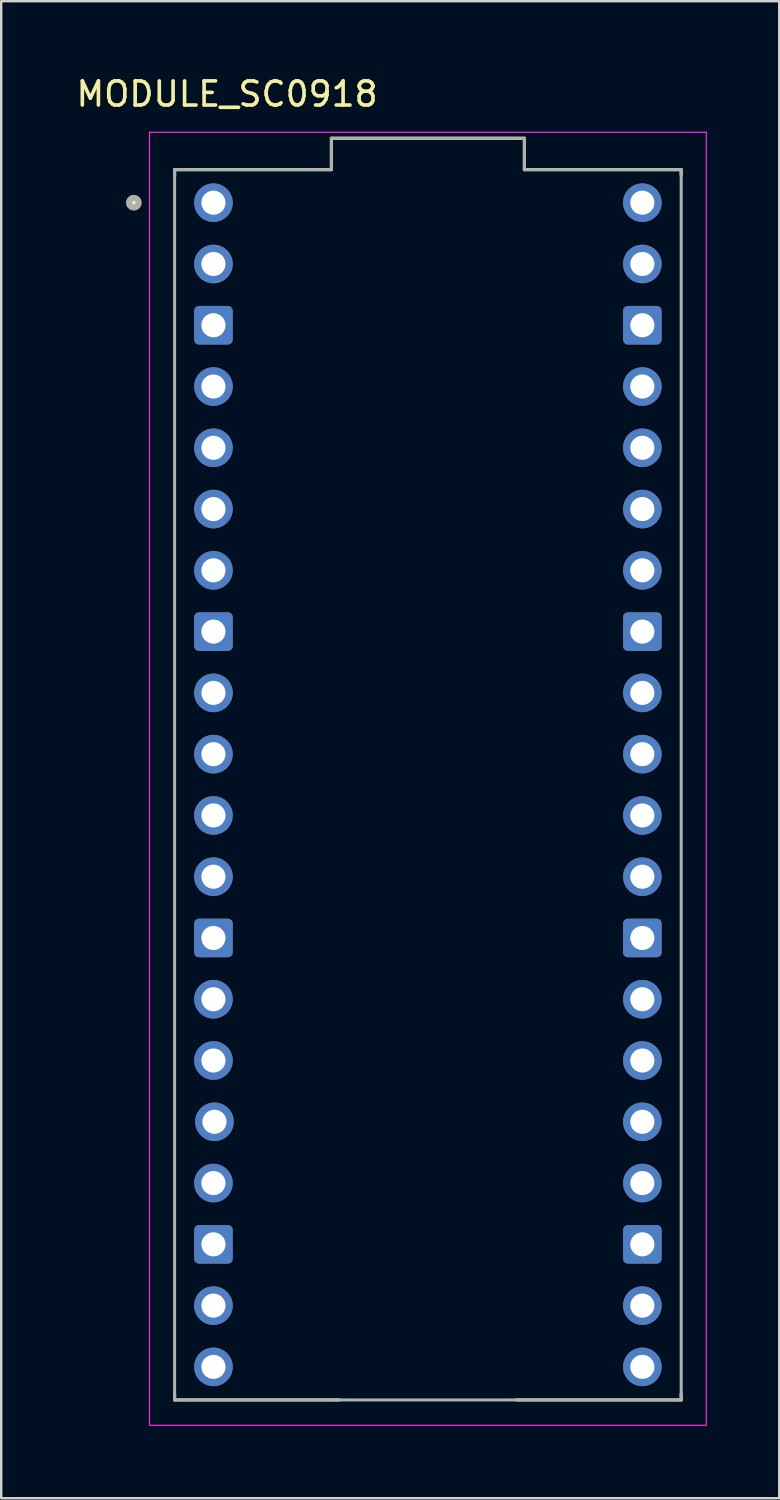
<source format=kicad_pcb>
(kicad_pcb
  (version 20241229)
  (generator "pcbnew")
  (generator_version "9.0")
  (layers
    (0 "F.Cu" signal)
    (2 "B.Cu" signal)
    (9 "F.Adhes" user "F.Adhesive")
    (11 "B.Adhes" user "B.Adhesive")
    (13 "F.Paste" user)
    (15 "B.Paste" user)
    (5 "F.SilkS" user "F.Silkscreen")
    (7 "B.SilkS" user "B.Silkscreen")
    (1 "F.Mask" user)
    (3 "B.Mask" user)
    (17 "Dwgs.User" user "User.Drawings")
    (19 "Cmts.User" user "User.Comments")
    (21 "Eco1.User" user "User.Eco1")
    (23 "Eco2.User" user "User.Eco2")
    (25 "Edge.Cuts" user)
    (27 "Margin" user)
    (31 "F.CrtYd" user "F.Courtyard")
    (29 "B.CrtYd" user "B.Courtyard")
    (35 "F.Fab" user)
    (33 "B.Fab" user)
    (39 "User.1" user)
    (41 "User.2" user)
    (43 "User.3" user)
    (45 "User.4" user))
  (footprint "MODULE_SC0918"
    (layer "F.Cu")
    (at 14.688 29.483)
    (property "Reference" "MODULE_SC0918" (at -8.325 -28.635 0) (layer "F.SilkS") (effects (font (size 1 1) (thickness 0.15))))
    (attr through_hole)
    (fp_line (start -10.5 -25.5) (end -4 -25.5) (stroke (width 0.127) (type solid)) (layer "F.SilkS"))
    (fp_line (start -10.5 -25.25) (end -10.5 -25.5) (stroke (width 0.127) (type solid)) (layer "F.SilkS"))
    (fp_line (start -10.5 25.5) (end -10.5 25.25) (stroke (width 0.127) (type solid)) (layer "F.SilkS"))
    (fp_line (start -4 -26.8) (end 4 -26.8) (stroke (width 0.127) (type solid)) (layer "F.SilkS"))
    (fp_line (start -4 -25.5) (end -4 -26.8) (stroke (width 0.127) (type solid)) (layer "F.SilkS"))
    (fp_line (start -3.66 25.5) (end -10.5 25.5) (stroke (width 0.127) (type solid)) (layer "F.SilkS"))
    (fp_line (start 4 -26.8) (end 4 -25.5) (stroke (width 0.127) (type solid)) (layer "F.SilkS"))
    (fp_line (start 4 -25.5) (end 10.5 -25.5) (stroke (width 0.127) (type solid)) (layer "F.SilkS"))
    (fp_line (start 10.5 -25.5) (end 10.5 -25.25) (stroke (width 0.127) (type solid)) (layer "F.SilkS"))
    (fp_line (start 10.5 25.5) (end 3.66 25.5) (stroke (width 0.127) (type solid)) (layer "F.SilkS"))
    (fp_line (start 10.5 25.5) (end 10.5 25.25) (stroke (width 0.127) (type solid)) (layer "F.SilkS"))
    (fp_circle (center -12.19 -24.13) (end -11.99 -24.13) (stroke (width 0.2) (type solid)) (fill yes) (layer "F.SilkS"))
    (fp_line (start -11.54 -27.05) (end -11.54 26.55) (stroke (width 0.05) (type solid)) (layer "F.CrtYd"))
    (fp_line (start -11.54 26.55) (end 11.54 26.55) (stroke (width 0.05) (type solid)) (layer "F.CrtYd"))
    (fp_line (start 11.54 -27.05) (end -11.54 -27.05) (stroke (width 0.05) (type solid)) (layer "F.CrtYd"))
    (fp_line (start 11.54 26.55) (end 11.54 -27.05) (stroke (width 0.05) (type solid)) (layer "F.CrtYd"))
    (fp_line (start -10.5 -25.5) (end -4 -25.5) (stroke (width 0.127) (type solid)) (layer "F.Fab"))
    (fp_line (start -10.5 25.5) (end -10.5 -25.5) (stroke (width 0.127) (type solid)) (layer "F.Fab"))
    (fp_line (start -4 -26.8) (end 4 -26.8) (stroke (width 0.127) (type solid)) (layer "F.Fab"))
    (fp_line (start -4 -25.5) (end -4 -26.8) (stroke (width 0.127) (type solid)) (layer "F.Fab"))
    (fp_line (start 4 -26.8) (end 4 -25.5) (stroke (width 0.127) (type solid)) (layer "F.Fab"))
    (fp_line (start 4 -25.5) (end 10.5 -25.5) (stroke (width 0.127) (type solid)) (layer "F.Fab"))
    (fp_line (start 10.5 -25.5) (end 10.5 25.5) (stroke (width 0.127) (type solid)) (layer "F.Fab"))
    (fp_line (start 10.5 25.5) (end -10.5 25.5) (stroke (width 0.127) (type solid)) (layer "F.Fab"))
    (fp_circle (center -12.19 -24.13) (end -11.99 -24.13) (stroke (width 0.25) (type solid)) (fill no) (layer "F.Fab"))
    (pad "1" thru_hole circle (at -8.89 -24.13) (size 1.6 1.6) (drill 1) (layers "*.Cu" "*.Mask"))
    (pad "2" thru_hole circle (at -8.89 -21.59) (size 1.6 1.6) (drill 1) (layers "*.Cu" "*.Mask"))
    (pad "3" thru_hole roundrect (at -8.89 -19.05) (size 1.6 1.6) (drill 1) (layers "*.Cu" "*.Mask") (roundrect_rratio 0.125))
    (pad "4" thru_hole circle (at -8.89 -16.51) (size 1.6 1.6) (drill 1) (layers "*.Cu" "*.Mask"))
    (pad "5" thru_hole circle (at -8.89 -13.97) (size 1.6 1.6) (drill 1) (layers "*.Cu" "*.Mask"))
    (pad "6" thru_hole circle (at -8.89 -11.43) (size 1.6 1.6) (drill 1) (layers "*.Cu" "*.Mask"))
    (pad "7" thru_hole circle (at -8.89 -8.89) (size 1.6 1.6) (drill 1) (layers "*.Cu" "*.Mask"))
    (pad "8" thru_hole roundrect (at -8.89 -6.35) (size 1.6 1.6) (drill 1) (layers "*.Cu" "*.Mask") (roundrect_rratio 0.125))
    (pad "9" thru_hole circle (at -8.89 -3.81) (size 1.6 1.6) (drill 1) (layers "*.Cu" "*.Mask"))
    (pad "10" thru_hole circle (at -8.89 -1.27) (size 1.6 1.6) (drill 1) (layers "*.Cu" "*.Mask"))
    (pad "11" thru_hole circle (at -8.89 1.27) (size 1.6 1.6) (drill 1) (layers "*.Cu" "*.Mask"))
    (pad "12" thru_hole circle (at -8.89 3.81) (size 1.6 1.6) (drill 1) (layers "*.Cu" "*.Mask"))
    (pad "13" thru_hole roundrect (at -8.89 6.35) (size 1.6 1.6) (drill 1) (layers "*.Cu" "*.Mask") (roundrect_rratio 0.125))
    (pad "14" thru_hole circle (at -8.89 8.89) (size 1.6 1.6) (drill 1) (layers "*.Cu" "*.Mask"))
    (pad "15" thru_hole circle (at -8.89 11.43) (size 1.6 1.6) (drill 1) (layers "*.Cu" "*.Mask"))
    (pad "16" thru_hole circle (at -8.848 13.97) (size 1.6 1.6) (drill 1) (layers "*.Cu" "*.Mask"))
    (pad "17" thru_hole circle (at -8.89 16.51) (size 1.6 1.6) (drill 1) (layers "*.Cu" "*.Mask"))
    (pad "18" thru_hole roundrect (at -8.89 19.05) (size 1.6 1.6) (drill 1) (layers "*.Cu" "*.Mask") (roundrect_rratio 0.125))
    (pad "19" thru_hole circle (at -8.89 21.59) (size 1.6 1.6) (drill 1) (layers "*.Cu" "*.Mask"))
    (pad "20" thru_hole circle (at -8.89 24.13) (size 1.6 1.6) (drill 1) (layers "*.Cu" "*.Mask"))
    (pad "21" thru_hole circle (at 8.89 24.13) (size 1.6 1.6) (drill 1) (layers "*.Cu" "*.Mask"))
    (pad "22" thru_hole circle (at 8.89 21.59) (size 1.6 1.6) (drill 1) (layers "*.Cu" "*.Mask"))
    (pad "23" thru_hole roundrect (at 8.89 19.05) (size 1.6 1.6) (drill 1) (layers "*.Cu" "*.Mask") (roundrect_rratio 0.125))
    (pad "24" thru_hole circle (at 8.89 16.51) (size 1.6 1.6) (drill 1) (layers "*.Cu" "*.Mask"))
    (pad "25" thru_hole circle (at 8.89 13.97) (size 1.6 1.6) (drill 1) (layers "*.Cu" "*.Mask"))
    (pad "26" thru_hole circle (at 8.89 11.43) (size 1.6 1.6) (drill 1) (layers "*.Cu" "*.Mask"))
    (pad "27" thru_hole circle (at 8.89 8.89) (size 1.6 1.6) (drill 1) (layers "*.Cu" "*.Mask"))
    (pad "28" thru_hole roundrect (at 8.89 6.35) (size 1.6 1.6) (drill 1) (layers "*.Cu" "*.Mask") (roundrect_rratio 0.125))
    (pad "29" thru_hole circle (at 8.89 3.81) (size 1.6 1.6) (drill 1) (layers "*.Cu" "*.Mask"))
    (pad "30" thru_hole circle (at 8.89 1.27) (size 1.6 1.6) (drill 1) (layers "*.Cu" "*.Mask"))
    (pad "31" thru_hole circle (at 8.89 -1.27) (size 1.6 1.6) (drill 1) (layers "*.Cu" "*.Mask"))
    (pad "32" thru_hole circle (at 8.89 -3.81) (size 1.6 1.6) (drill 1) (layers "*.Cu" "*.Mask"))
    (pad "33" thru_hole roundrect (at 8.89 -6.35) (size 1.6 1.6) (drill 1) (layers "*.Cu" "*.Mask") (roundrect_rratio 0.125))
    (pad "34" thru_hole circle (at 8.89 -8.89) (size 1.6 1.6) (drill 1) (layers "*.Cu" "*.Mask"))
    (pad "35" thru_hole circle (at 8.89 -11.43) (size 1.6 1.6) (drill 1) (layers "*.Cu" "*.Mask"))
    (pad "36" thru_hole circle (at 8.89 -13.97) (size 1.6 1.6) (drill 1) (layers "*.Cu" "*.Mask"))
    (pad "37" thru_hole circle (at 8.89 -16.51) (size 1.6 1.6) (drill 1) (layers "*.Cu" "*.Mask"))
    (pad "38" thru_hole roundrect (at 8.89 -19.05) (size 1.6 1.6) (drill 1) (layers "*.Cu" "*.Mask") (roundrect_rratio 0.125))
    (pad "39" thru_hole circle (at 8.89 -21.59) (size 1.6 1.6) (drill 1) (layers "*.Cu" "*.Mask"))
    (pad "40" thru_hole circle (at 8.89 -24.13) (size 1.6 1.6) (drill 1) (layers "*.Cu" "*.Mask")))
  (gr_rect
    (start -3 -3)
    (end 29.253 59.058)
    (stroke (width 0.1) (type default))
    (fill no)
    (layer "Edge.Cuts")))
</source>
